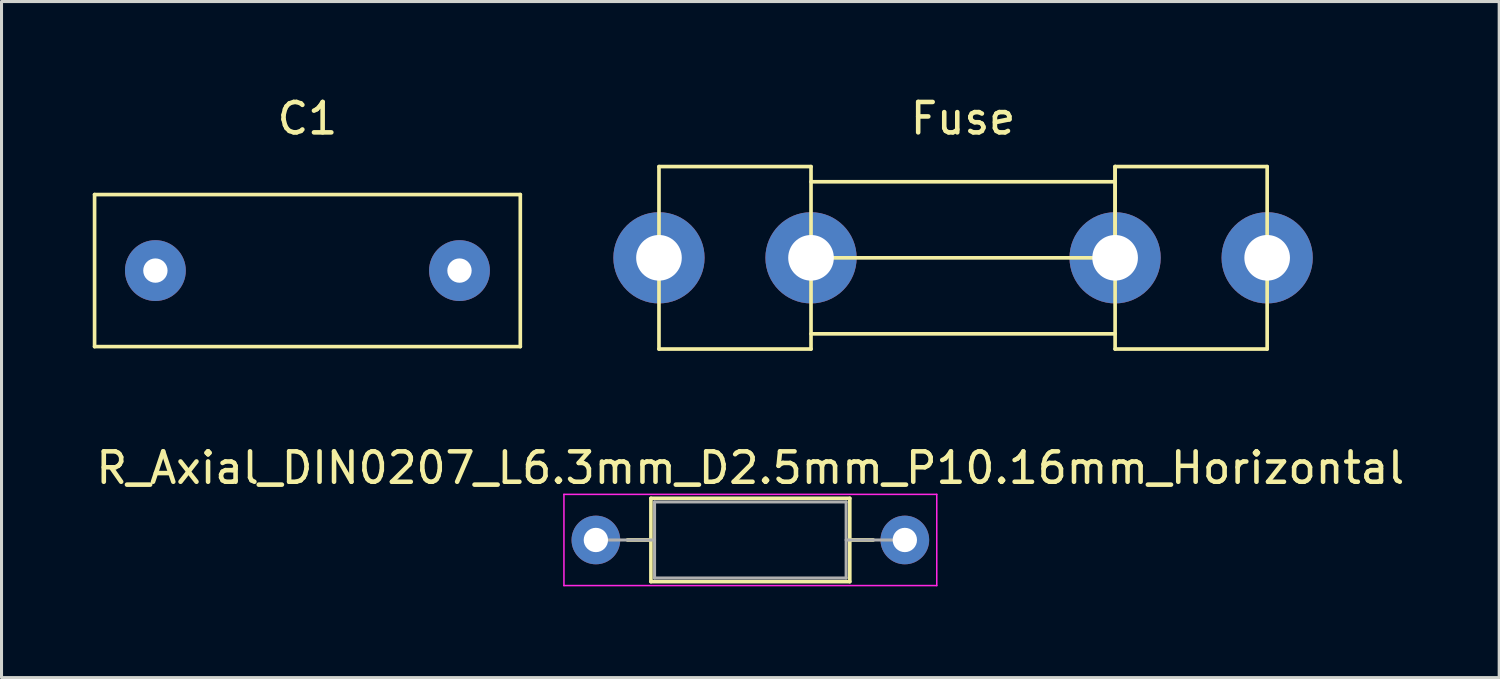
<source format=kicad_pcb>
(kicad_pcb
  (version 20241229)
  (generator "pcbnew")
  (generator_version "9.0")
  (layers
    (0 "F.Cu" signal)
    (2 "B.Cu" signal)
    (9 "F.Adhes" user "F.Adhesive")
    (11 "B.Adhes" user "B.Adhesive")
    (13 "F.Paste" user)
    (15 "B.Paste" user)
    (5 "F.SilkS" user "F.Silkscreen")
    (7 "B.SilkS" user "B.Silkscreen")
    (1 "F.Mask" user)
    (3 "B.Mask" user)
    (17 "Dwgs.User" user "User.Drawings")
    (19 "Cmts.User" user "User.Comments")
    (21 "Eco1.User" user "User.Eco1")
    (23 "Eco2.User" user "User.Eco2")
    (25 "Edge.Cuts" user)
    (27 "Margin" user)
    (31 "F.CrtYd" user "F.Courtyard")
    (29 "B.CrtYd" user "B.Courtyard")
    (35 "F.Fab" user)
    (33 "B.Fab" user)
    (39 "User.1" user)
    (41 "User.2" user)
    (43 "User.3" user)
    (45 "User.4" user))
  (footprint "C1"
    (layer "F.Cu")
    (at 7.06 5.848)
    (property "Reference" "C1" (at 0 -5 0) (layer "F.SilkS") (effects (font (size 1 1) (thickness 0.15))))
    (attr through_hole)
    (fp_line (start -7 2.5) (end -7 -2.5) (stroke (width 0.12) (type solid)) (layer "F.SilkS"))
    (fp_line (start -7 2.5) (end 7 2.5) (stroke (width 0.12) (type solid)) (layer "F.SilkS"))
    (fp_line (start 7 -2.5) (end -7 -2.5) (stroke (width 0.12) (type solid)) (layer "F.SilkS"))
    (fp_line (start 7 2.5) (end 7 -2.5) (stroke (width 0.12) (type solid)) (layer "F.SilkS"))
    (pad "1" thru_hole circle (at -5 0) (size 2 2) (drill 0.8) (layers "*.Mask" "B.Cu"))
    (pad "2" thru_hole circle (at 5 0) (size 2 2) (drill 0.8) (layers "*.Mask" "B.Cu")))
  (footprint "R_Axial_DIN0207_L6.3mm_D2.5mm_P10.16mm_Horizontal"
    (layer "F.Cu")
    (at 16.545 14.707)
    (property "Reference" "R_Axial_DIN0207_L6.3mm_D2.5mm_P10.16mm_Horizontal" (at 5.08 -2.37 0) (layer "F.SilkS") (effects (font (size 1 1) (thickness 0.15))))
    (attr through_hole)
    (fp_line (start 1.04 0) (end 1.81 0) (stroke (width 0.12) (type solid)) (layer "F.SilkS"))
    (fp_line (start 1.81 -1.37) (end 1.81 1.37) (stroke (width 0.12) (type solid)) (layer "F.SilkS"))
    (fp_line (start 1.81 1.37) (end 8.35 1.37) (stroke (width 0.12) (type solid)) (layer "F.SilkS"))
    (fp_line (start 8.35 -1.37) (end 1.81 -1.37) (stroke (width 0.12) (type solid)) (layer "F.SilkS"))
    (fp_line (start 8.35 1.37) (end 8.35 -1.37) (stroke (width 0.12) (type solid)) (layer "F.SilkS"))
    (fp_line (start 9.12 0) (end 8.35 0) (stroke (width 0.12) (type solid)) (layer "F.SilkS"))
    (fp_line (start -1.05 -1.5) (end -1.05 1.5) (stroke (width 0.05) (type solid)) (layer "F.CrtYd"))
    (fp_line (start -1.05 1.5) (end 11.21 1.5) (stroke (width 0.05) (type solid)) (layer "F.CrtYd"))
    (fp_line (start 11.21 -1.5) (end -1.05 -1.5) (stroke (width 0.05) (type solid)) (layer "F.CrtYd"))
    (fp_line (start 11.21 1.5) (end 11.21 -1.5) (stroke (width 0.05) (type solid)) (layer "F.CrtYd"))
    (fp_line (start 0 0) (end 1.93 0) (stroke (width 0.1) (type solid)) (layer "F.Fab"))
    (fp_line (start 1.93 -1.25) (end 1.93 1.25) (stroke (width 0.1) (type solid)) (layer "F.Fab"))
    (fp_line (start 1.93 1.25) (end 8.23 1.25) (stroke (width 0.1) (type solid)) (layer "F.Fab"))
    (fp_line (start 8.23 -1.25) (end 1.93 -1.25) (stroke (width 0.1) (type solid)) (layer "F.Fab"))
    (fp_line (start 8.23 1.25) (end 8.23 -1.25) (stroke (width 0.1) (type solid)) (layer "F.Fab"))
    (fp_line (start 10.16 0) (end 8.23 0) (stroke (width 0.1) (type solid)) (layer "F.Fab"))
    (pad "1" thru_hole circle (at 0 0) (size 1.6 1.6) (drill 0.8) (layers "*.Mask" "B.Cu"))
    (pad "2" thru_hole oval (at 10.16 0) (size 1.6 1.6) (drill 0.8) (layers "*.Mask" "B.Cu")))
  (footprint "Fuse"
    (layer "F.Cu")
    (at 28.62 5.428)
    (property "Reference" "Fuse" (at 0 -4.58 0) (layer "F.SilkS") (effects (font (size 1 1) (thickness 0.15))))
    (attr through_hole)
    (fp_line (start -10 -3) (end -10 3) (stroke (width 0.12) (type solid)) (layer "F.SilkS"))
    (fp_line (start -10 3) (end -5 3) (stroke (width 0.12) (type solid)) (layer "F.SilkS"))
    (fp_line (start -5 -3) (end -10 -3) (stroke (width 0.12) (type solid)) (layer "F.SilkS"))
    (fp_line (start -5 0) (end -5 -3) (stroke (width 0.12) (type solid)) (layer "F.SilkS"))
    (fp_line (start -5 0) (end 5 0) (stroke (width 0.12) (type solid)) (layer "F.SilkS"))
    (fp_line (start -5 2.5) (end 5 2.5) (stroke (width 0.12) (type solid)) (layer "F.SilkS"))
    (fp_line (start -5 3) (end -5 0) (stroke (width 0.12) (type solid)) (layer "F.SilkS"))
    (fp_line (start 5 -3) (end 5 0) (stroke (width 0.12) (type solid)) (layer "F.SilkS"))
    (fp_line (start 5 -3) (end 5 3) (stroke (width 0.12) (type solid)) (layer "F.SilkS"))
    (fp_line (start 5 -2.5) (end -5 -2.5) (stroke (width 0.12) (type solid)) (layer "F.SilkS"))
    (fp_line (start 5 3) (end 10 3) (stroke (width 0.12) (type solid)) (layer "F.SilkS"))
    (fp_line (start 10 -3) (end 5 -3) (stroke (width 0.12) (type solid)) (layer "F.SilkS"))
    (fp_line (start 10 3) (end 10 -3) (stroke (width 0.12) (type solid)) (layer "F.SilkS"))
    (pad "1" thru_hole circle (at -10 0) (size 3 3) (drill 1.5) (layers "*.Mask" "B.Cu"))
    (pad "1" thru_hole circle (at -5 0) (size 3 3) (drill 1.5) (layers "*.Mask" "B.Cu"))
    (pad "2" thru_hole circle (at 5 0) (size 3 3) (drill 1.5) (layers "*.Mask" "B.Cu"))
    (pad "2" thru_hole circle (at 10 0) (size 3 3) (drill 1.5) (layers "*.Mask" "B.Cu")))
  (gr_rect
    (start -3 -3)
    (end 46.25 19.232)
    (stroke (width 0.1) (type default))
    (fill no)
    (layer "Edge.Cuts")))
</source>
